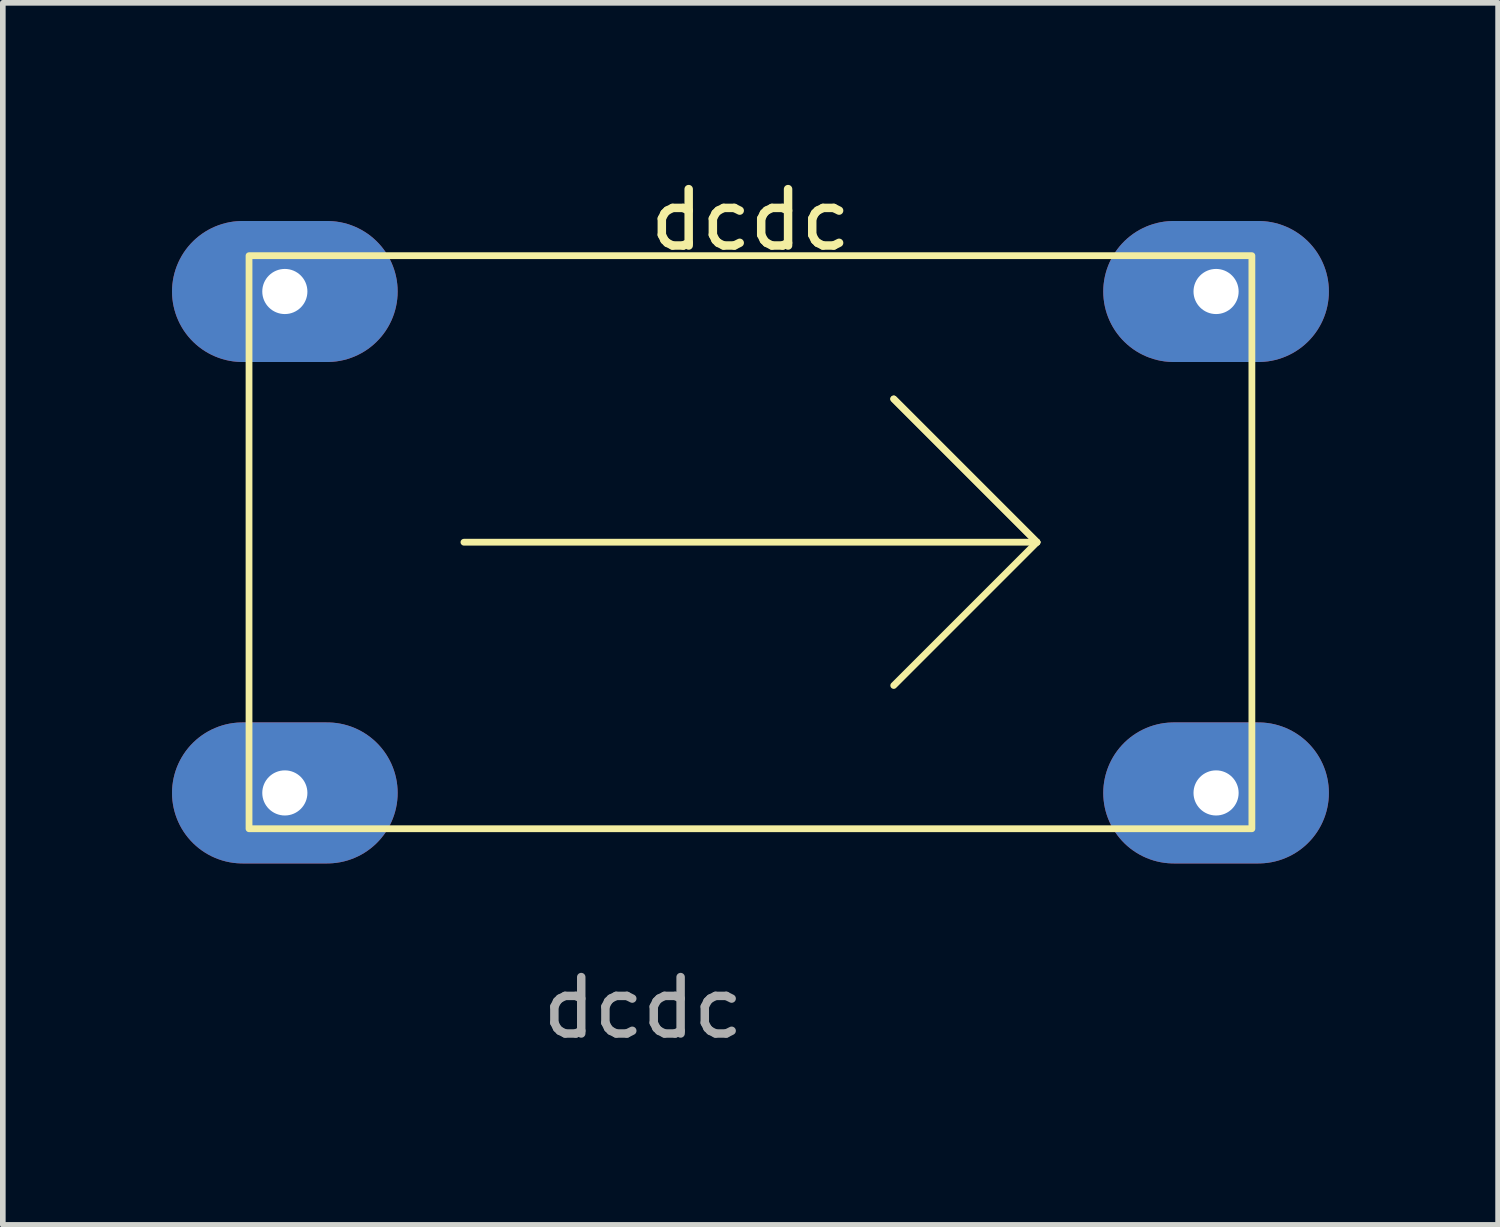
<source format=kicad_pcb>
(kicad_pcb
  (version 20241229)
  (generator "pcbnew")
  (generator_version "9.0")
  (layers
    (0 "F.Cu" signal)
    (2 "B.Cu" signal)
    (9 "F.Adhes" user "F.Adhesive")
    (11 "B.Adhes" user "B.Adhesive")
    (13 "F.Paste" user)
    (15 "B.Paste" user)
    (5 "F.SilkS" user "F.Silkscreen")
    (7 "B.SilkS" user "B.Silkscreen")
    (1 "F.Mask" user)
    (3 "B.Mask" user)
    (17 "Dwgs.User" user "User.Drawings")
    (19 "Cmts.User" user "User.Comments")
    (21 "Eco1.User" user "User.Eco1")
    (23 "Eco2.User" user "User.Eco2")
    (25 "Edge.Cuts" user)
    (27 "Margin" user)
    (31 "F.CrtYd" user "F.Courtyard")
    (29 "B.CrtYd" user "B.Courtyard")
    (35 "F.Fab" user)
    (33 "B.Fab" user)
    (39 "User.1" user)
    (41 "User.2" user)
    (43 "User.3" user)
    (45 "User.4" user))
  (footprint "dcdc"
    (layer "F.Cu")
    (at 10.255 6.563)
    (property "Reference" "dcdc" (at 0 -5.715 0) (unlocked yes) (layer "F.SilkS") (effects (font (size 1 1) (thickness 0.15))))
    (attr through_hole)
    (fp_line (start -5.08 0) (end 5.08 0) (stroke (width 0.12) (type solid)) (layer "F.SilkS"))
    (fp_line (start 2.54 -2.54) (end 5.08 0) (stroke (width 0.12) (type solid)) (layer "F.SilkS"))
    (fp_line (start 5.08 0) (end 2.54 -2.54) (stroke (width 0.12) (type solid)) (layer "F.SilkS"))
    (fp_line (start 5.08 0) (end 2.54 2.54) (stroke (width 0.12) (type solid)) (layer "F.SilkS"))
    (fp_rect (start -8.89 -5.08) (end 8.89 5.08) (stroke (width 0.12) (type solid)) (fill no) (layer "F.SilkS"))
    (fp_text user "${REFERENCE}" (at -1.905 8.255 0) (unlocked yes) (layer "F.Fab") (effects (font (size 1 1) (thickness 0.15))))
    (pad "1" thru_hole oval (at -8.255 -4.445) (size 4 2.5) (drill 0.8) (layers "*.Cu" "*.Mask"))
    (pad "2" thru_hole oval (at -8.255 4.445) (size 4 2.5) (drill 0.8) (layers "*.Cu" "*.Mask"))
    (pad "3" thru_hole oval (at 8.255 -4.445) (size 4 2.5) (drill 0.8) (layers "*.Cu" "*.Mask"))
    (pad "4" thru_hole oval (at 8.255 4.445) (size 4 2.5) (drill 0.8) (layers "*.Cu" "*.Mask")))
  (gr_rect
    (start -3 -3)
    (end 23.51 18.666)
    (stroke (width 0.1) (type default))
    (fill no)
    (layer "Edge.Cuts")))
</source>
